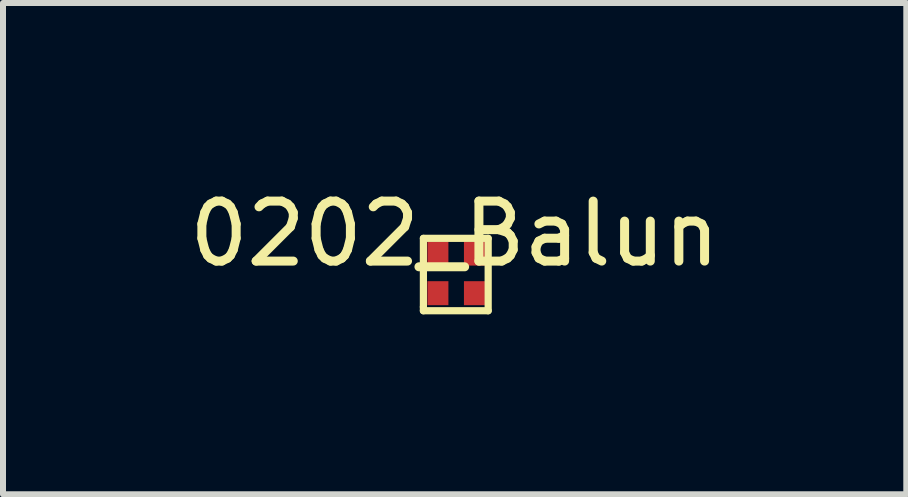
<source format=kicad_pcb>
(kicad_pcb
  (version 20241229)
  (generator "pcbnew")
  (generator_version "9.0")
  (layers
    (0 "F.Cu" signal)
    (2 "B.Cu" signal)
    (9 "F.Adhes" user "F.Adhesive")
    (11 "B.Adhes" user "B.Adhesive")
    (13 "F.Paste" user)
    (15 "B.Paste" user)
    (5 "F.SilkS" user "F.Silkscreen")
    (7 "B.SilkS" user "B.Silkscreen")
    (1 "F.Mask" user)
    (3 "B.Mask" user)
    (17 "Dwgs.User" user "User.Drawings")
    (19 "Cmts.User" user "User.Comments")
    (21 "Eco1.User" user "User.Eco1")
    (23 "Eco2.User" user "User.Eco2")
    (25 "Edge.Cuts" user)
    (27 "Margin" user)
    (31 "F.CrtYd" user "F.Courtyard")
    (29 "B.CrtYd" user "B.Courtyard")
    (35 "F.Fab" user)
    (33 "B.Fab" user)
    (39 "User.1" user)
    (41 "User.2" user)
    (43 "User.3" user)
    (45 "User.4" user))
  (footprint "0202_Balun"
    (layer "F.Cu")
    (at 4.327 1.686)
    (property "Reference" "0202_Balun" (at 0.203 -0.838 0) (layer "F.SilkS") (effects (font (size 1 1) (thickness 0.15))))
    (attr smd)
    (fp_line (start -0.318 -0.762) (end -0.318 0.381) (stroke (width 0.12) (type solid)) (layer "F.SilkS"))
    (fp_line (start -0.318 0.381) (end -0.318 0.445) (stroke (width 0.12) (type solid)) (layer "F.SilkS"))
    (fp_line (start -0.318 0.445) (end 0.762 0.445) (stroke (width 0.12) (type solid)) (layer "F.SilkS"))
    (fp_line (start 0.762 -0.762) (end -0.318 -0.762) (stroke (width 0.12) (type solid)) (layer "F.SilkS"))
    (fp_line (start 0.762 0.445) (end 0.762 -0.762) (stroke (width 0.12) (type solid)) (layer "F.SilkS"))
    (pad "1" smd rect (at -0.076 0.152) (size 0.35 0.4) (layers "F.Cu" "F.Mask" "F.Paste"))
    (pad "2" smd rect (at 0.533 0.152) (size 0.35 0.4) (layers "F.Cu" "F.Mask" "F.Paste"))
    (pad "3" smd rect (at 0.533 -0.508) (size 0.35 0.4) (layers "F.Cu" "F.Mask" "F.Paste"))
    (pad "4" smd rect (at -0.076 -0.508) (size 0.35 0.4) (layers "F.Cu" "F.Mask" "F.Paste")))
  (gr_rect
    (start -3 -3)
    (end 12.06 5.191)
    (stroke (width 0.1) (type default))
    (fill no)
    (layer "Edge.Cuts")))
</source>
